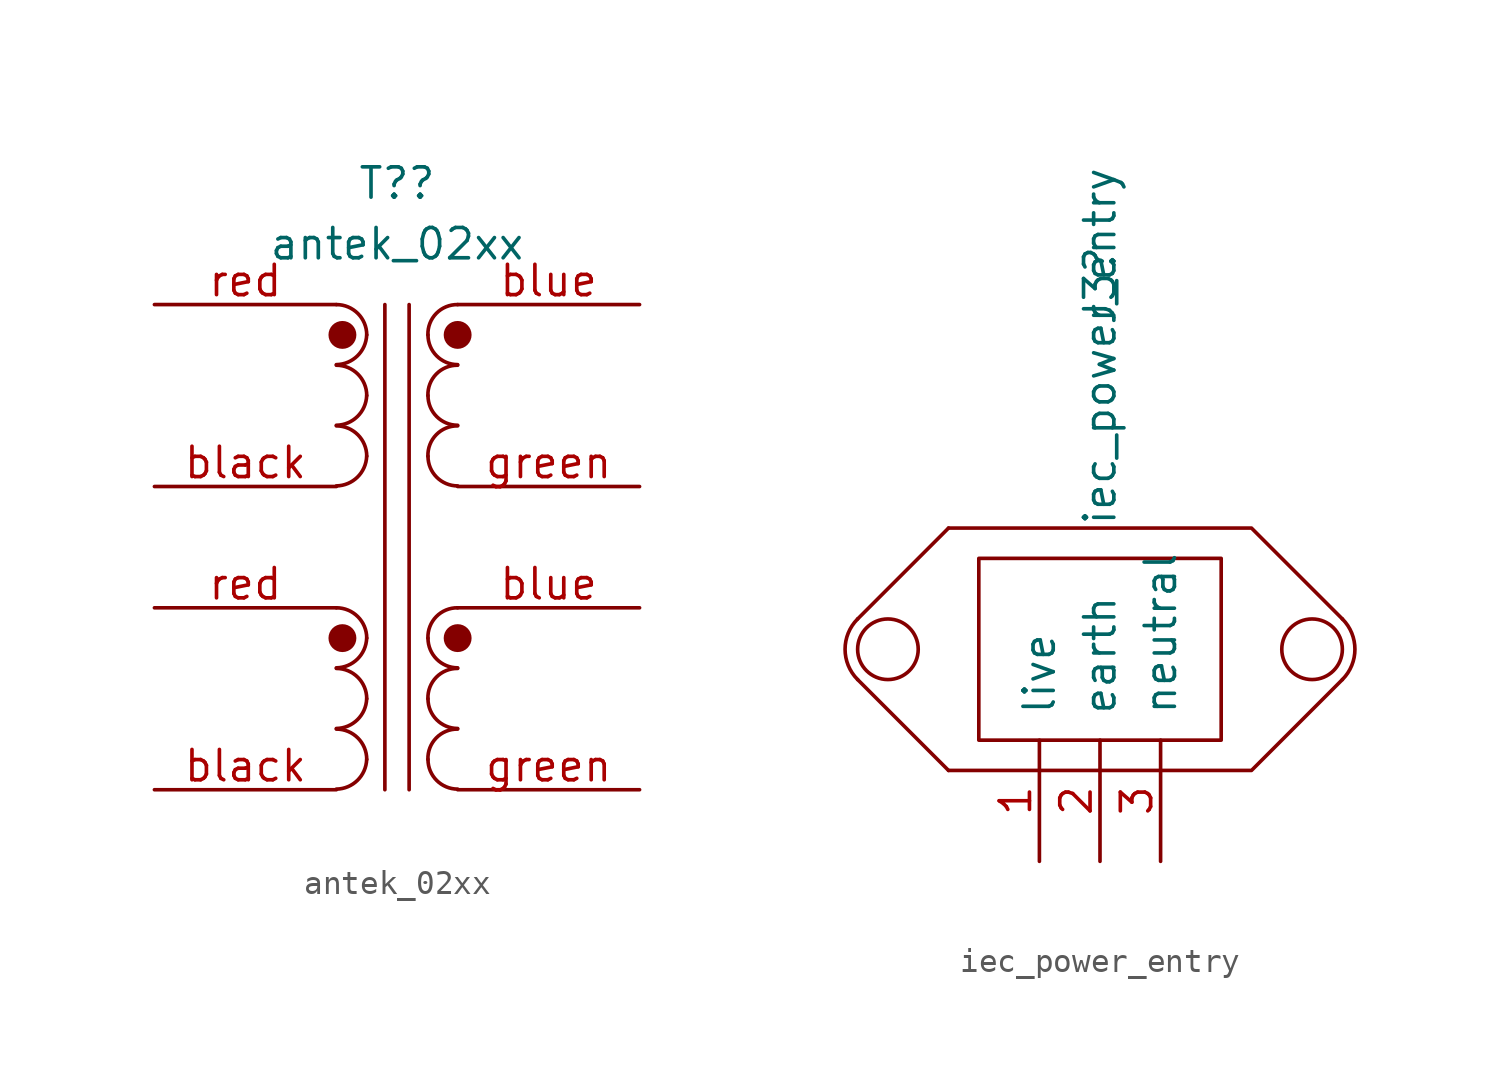
<source format=kicad_sym>
(kicad_symbol_lib
  (version 20211014)
  (generator kicad_symbol_editor)
  (symbol "antek_02xx"
    (pin_names
      (offset 1.016) hide)
    (property "Reference" "T?"
      (at 0 15.24 0)
      (effects (font (size 1.27 1.27))))
    (property "Value" "antek_02xx"
      (at 0 12.7 0)
      (effects (font (size 1.27 1.27))))
    (symbol "antek_02xx_0_1"
      (arc (start -2.54 -10.1346) (mid -1.6561 -9.7663) (end -1.27 -8.89) (stroke (width 0) (type default) (color 0 0 0 0)) (fill (type none)))
      (arc (start -2.54 -7.5946) (mid -1.6561 -7.2263) (end -1.27 -6.35) (stroke (width 0) (type default) (color 0 0 0 0)) (fill (type none)))
      (arc (start -2.54 -5.0546) (mid -1.6561 -4.6863) (end -1.27 -3.81) (stroke (width 0) (type default) (color 0 0 0 0)) (fill (type none)))
      (arc (start -2.54 2.5654) (mid -1.6561 2.9337) (end -1.27 3.81) (stroke (width 0) (type default) (color 0 0 0 0)) (fill (type none)))
      (arc (start -2.54 5.1054) (mid -1.6561 5.4737) (end -1.27 6.35) (stroke (width 0) (type default) (color 0 0 0 0)) (fill (type none)))
      (arc (start -2.54 7.6454) (mid -1.6561 8.0137) (end -1.27 8.89) (stroke (width 0) (type default) (color 0 0 0 0)) (fill (type none)))
      (circle (center -2.286 -3.81) (radius 0.508) (stroke (width 0) (type default) (color 0 0 0 0)) (fill (type outline)))
      (circle (center -2.286 8.89) (radius 0.508) (stroke (width 0) (type default) (color 0 0 0 0)) (fill (type outline)))
      (arc (start -1.27 -8.89) (mid -1.642 -7.992) (end -2.54 -7.62) (stroke (width 0) (type default) (color 0 0 0 0)) (fill (type none)))
      (arc (start -1.27 -6.35) (mid -1.642 -5.452) (end -2.54 -5.08) (stroke (width 0) (type default) (color 0 0 0 0)) (fill (type none)))
      (arc (start -1.27 -3.81) (mid -1.642 -2.912) (end -2.54 -2.54) (stroke (width 0) (type default) (color 0 0 0 0)) (fill (type none)))
      (arc (start -1.27 3.81) (mid -1.642 4.708) (end -2.54 5.08) (stroke (width 0) (type default) (color 0 0 0 0)) (fill (type none)))
      (arc (start -1.27 6.35) (mid -1.642 7.248) (end -2.54 7.62) (stroke (width 0) (type default) (color 0 0 0 0)) (fill (type none)))
      (arc (start -1.27 8.89) (mid -1.642 9.788) (end -2.54 10.16) (stroke (width 0) (type default) (color 0 0 0 0)) (fill (type none)))
      (polyline (pts (xy -0.508 -10.16) (xy -0.508 10.16)) (stroke (width 0) (type default) (color 0 0 0 0)) (fill (type none)))
      (polyline (pts (xy 0.508 10.16) (xy 0.508 -10.16)) (stroke (width 0) (type default) (color 0 0 0 0)) (fill (type none)))
      (arc (start 1.2954 -8.89) (mid 1.6599 -9.7701) (end 2.54 -10.1346) (stroke (width 0) (type default) (color 0 0 0 0)) (fill (type none)))
      (arc (start 1.2954 -6.35) (mid 1.6599 -7.2301) (end 2.54 -7.5946) (stroke (width 0) (type default) (color 0 0 0 0)) (fill (type none)))
      (arc (start 1.2954 -3.81) (mid 1.6599 -4.6901) (end 2.54 -5.0546) (stroke (width 0) (type default) (color 0 0 0 0)) (fill (type none)))
      (arc (start 1.2954 3.81) (mid 1.6599 2.9299) (end 2.54 2.5654) (stroke (width 0) (type default) (color 0 0 0 0)) (fill (type none)))
      (arc (start 1.2954 6.35) (mid 1.6599 5.4699) (end 2.54 5.1054) (stroke (width 0) (type default) (color 0 0 0 0)) (fill (type none)))
      (arc (start 1.2954 8.89) (mid 1.6599 8.0099) (end 2.54 7.6454) (stroke (width 0) (type default) (color 0 0 0 0)) (fill (type none)))
      (arc (start 2.54 -7.62) (mid 1.642 -7.992) (end 1.2954 -8.89) (stroke (width 0) (type default) (color 0 0 0 0)) (fill (type none)))
      (arc (start 2.54 -5.08) (mid 1.642 -5.452) (end 1.2954 -6.35) (stroke (width 0) (type default) (color 0 0 0 0)) (fill (type none)))
      (circle (center 2.54 -3.81) (radius 0.508) (stroke (width 0) (type default) (color 0 0 0 0)) (fill (type outline)))
      (arc (start 2.54 -2.54) (mid 1.642 -2.912) (end 1.2954 -3.81) (stroke (width 0) (type default) (color 0 0 0 0)) (fill (type none)))
      (arc (start 2.54 5.08) (mid 1.642 4.708) (end 1.2954 3.81) (stroke (width 0) (type default) (color 0 0 0 0)) (fill (type none)))
      (arc (start 2.54 7.62) (mid 1.642 7.248) (end 1.2954 6.35) (stroke (width 0) (type default) (color 0 0 0 0)) (fill (type none)))
      (circle (center 2.54 8.89) (radius 0.508) (stroke (width 0) (type default) (color 0 0 0 0)) (fill (type outline)))
      (arc (start 2.54 10.16) (mid 1.642 9.788) (end 1.2954 8.89) (stroke (width 0) (type default) (color 0 0 0 0)) (fill (type none))))
    (symbol "antek_02xx_1_1"
      (pin passive line (at -10.16 -10.16 0) (length 7.62) (name "" (effects (font (size 1.27 1.27)))) (number "black" (effects (font (size 1.27 1.27)))))
      (pin passive line (at -10.16 2.54 0) (length 7.62) (name "" (effects (font (size 1.27 1.27)))) (number "black" (effects (font (size 1.27 1.27)))))
      (pin passive line (at 10.16 -2.54 180) (length 7.62) (name "" (effects (font (size 1.27 1.27)))) (number "blue" (effects (font (size 1.27 1.27)))))
      (pin passive line (at 10.16 10.16 180) (length 7.62) (name "" (effects (font (size 1.27 1.27)))) (number "blue" (effects (font (size 1.27 1.27)))))
      (pin passive line (at 10.16 -10.16 180) (length 7.62) (name "" (effects (font (size 1.27 1.27)))) (number "green" (effects (font (size 1.27 1.27)))))
      (pin passive line (at 10.16 2.54 180) (length 7.62) (name "" (effects (font (size 1.27 1.27)))) (number "green" (effects (font (size 1.27 1.27)))))
      (pin passive line (at -10.16 -2.54 0) (length 7.62) (name "" (effects (font (size 1.27 1.27)))) (number "red" (effects (font (size 1.27 1.27)))))
      (pin passive line (at -10.16 10.16 0) (length 7.62) (name "" (effects (font (size 1.27 1.27)))) (number "red" (effects (font (size 1.27 1.27)))))))
  (symbol "iec_power_entry"
    (pin_names
      (offset 1.016))
    (property "Reference" "J3"
      (at 0 15.24 90)
      (effects (font (size 1.27 1.27))))
    (property "Value" "iec_power_entry"
      (at 0 12.7 90)
      (effects (font (size 1.27 1.27))))
    (symbol "iec_power_entry_0_1"
      (arc (start -10.16 1.27) (mid -10.6861 0) (end -10.16 -1.27) (stroke (width 0) (type default) (color 0 0 0 0)) (fill (type none)))
      (circle (center -8.89 0) (radius 1.27) (stroke (width 0) (type default) (color 0 0 0 0)) (fill (type none)))
      (polyline (pts (xy -6.35 -5.08) (xy -10.16 -1.27)) (stroke (width 0) (type default) (color 0 0 0 0)) (fill (type none)))
      (polyline (pts (xy -6.35 5.08) (xy -10.16 1.27)) (stroke (width 0) (type default) (color 0 0 0 0)) (fill (type none)))
      (polyline (pts (xy -6.35 -5.08) (xy 6.35 -5.08) (xy 10.16 -1.27)) (stroke (width 0) (type default) (color 0 0 0 0)) (fill (type none)))
      (polyline (pts (xy -6.35 5.08) (xy 6.35 5.08) (xy 10.16 1.27)) (stroke (width 0) (type default) (color 0 0 0 0)) (fill (type none)))
      (rectangle (start 5.08 3.81) (end -5.08 -3.81) (stroke (width 0) (type default) (color 0 0 0 0)) (fill (type none)))
      (circle (center 8.89 0) (radius 1.27) (stroke (width 0) (type default) (color 0 0 0 0)) (fill (type none)))
      (arc (start 10.16 -1.27) (mid 10.6861 0) (end 10.16 1.27) (stroke (width 0) (type default) (color 0 0 0 0)) (fill (type none))))
    (symbol "iec_power_entry_1_1"
      (pin power_out line (at -2.54 -8.89 90) (length 5.08) (name "live" (effects (font (size 1.27 1.27)))) (number "1" (effects (font (size 1.27 1.27)))))
      (pin power_out line (at 0 -8.89 90) (length 5.08) (name "earth" (effects (font (size 1.27 1.27)))) (number "2" (effects (font (size 1.27 1.27)))))
      (pin power_out line (at 2.54 -8.89 90) (length 5.08) (name "neutral" (effects (font (size 1.27 1.27)))) (number "3" (effects (font (size 1.27 1.27))))))))
</source>
